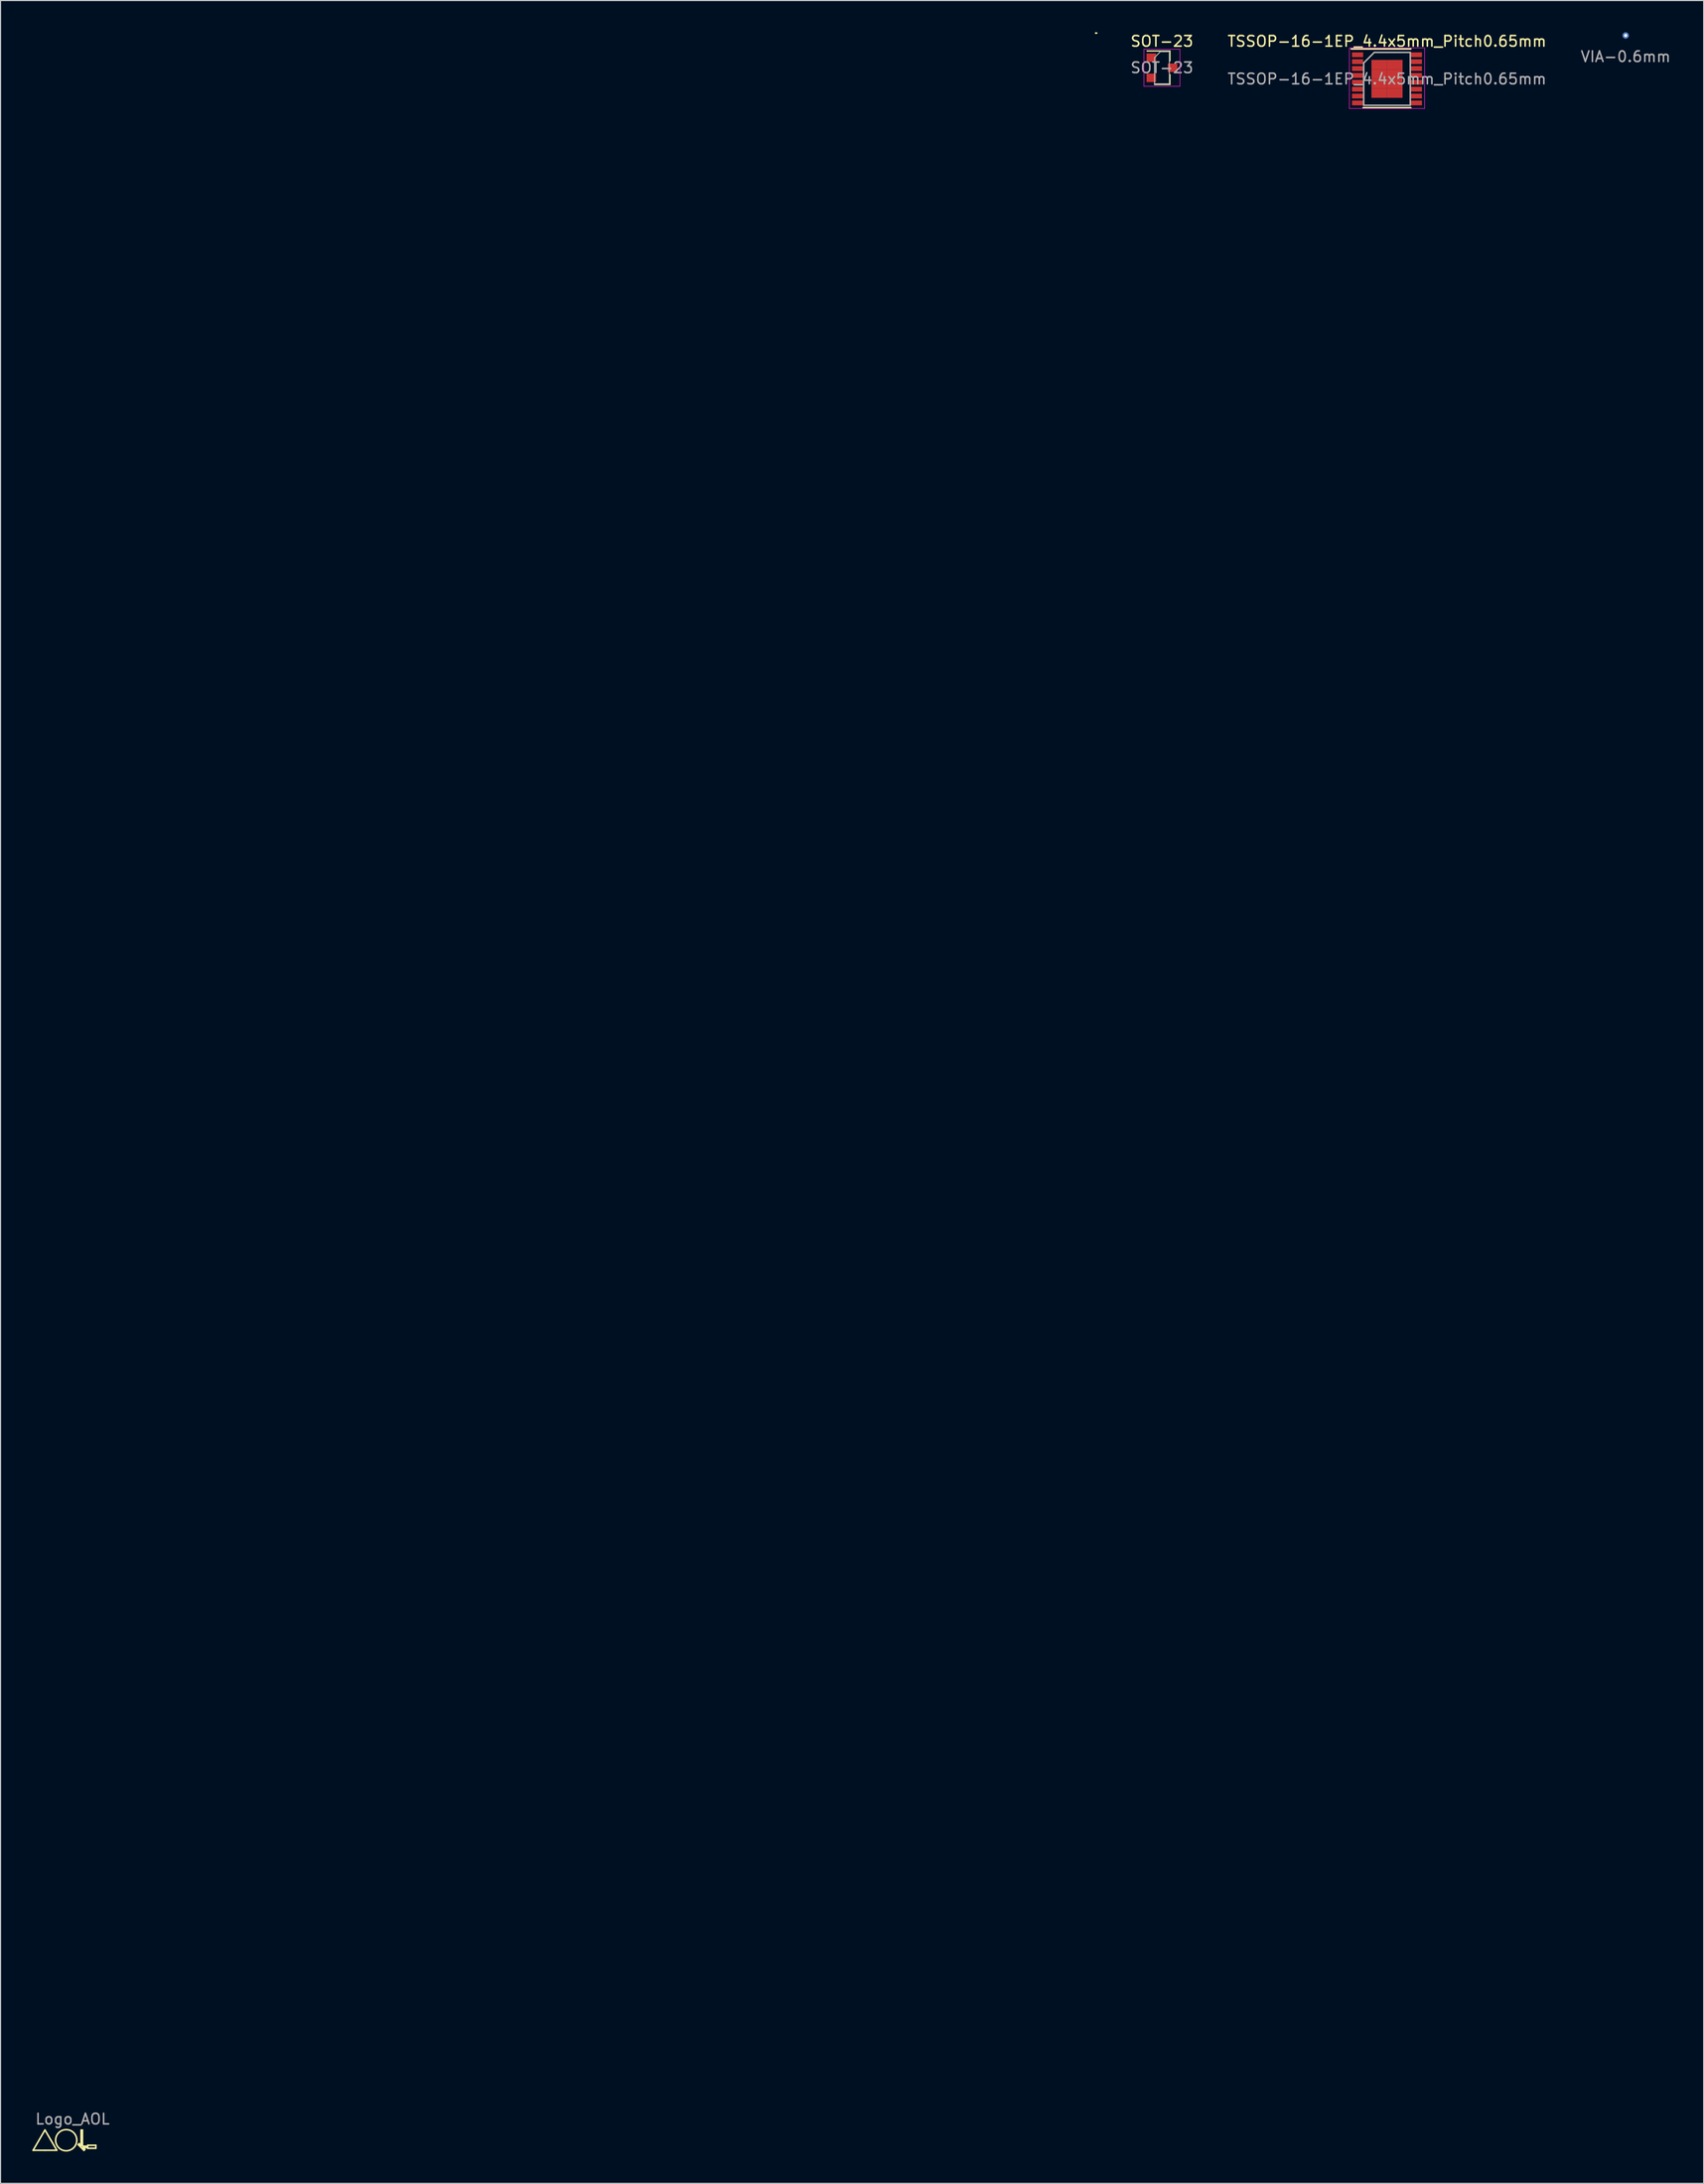
<source format=kicad_pcb>
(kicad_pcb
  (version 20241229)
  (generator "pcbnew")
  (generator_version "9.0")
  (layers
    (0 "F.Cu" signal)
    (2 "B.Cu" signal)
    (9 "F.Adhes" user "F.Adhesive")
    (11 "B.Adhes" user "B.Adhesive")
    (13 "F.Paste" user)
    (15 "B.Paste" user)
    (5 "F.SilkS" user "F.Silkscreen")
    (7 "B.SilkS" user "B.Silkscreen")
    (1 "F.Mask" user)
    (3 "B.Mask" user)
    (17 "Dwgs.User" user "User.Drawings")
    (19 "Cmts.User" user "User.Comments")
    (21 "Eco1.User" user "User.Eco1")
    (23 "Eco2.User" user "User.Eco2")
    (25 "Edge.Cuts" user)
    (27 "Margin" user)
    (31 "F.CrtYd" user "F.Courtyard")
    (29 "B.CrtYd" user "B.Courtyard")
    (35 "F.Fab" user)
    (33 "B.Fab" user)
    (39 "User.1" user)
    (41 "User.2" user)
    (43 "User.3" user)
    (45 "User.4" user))
  (footprint "SOT-23"
    (layer "F.Cu")
    (at 106.653 3.348)
    (property "Reference" "SOT-23" (at 0 -2.5 0) (layer "F.SilkS") (effects (font (size 1 1) (thickness 0.15))))
    (attr smd)
    (fp_line (start 0.76 -1.58) (end -1.4 -1.58) (stroke (width 0.12) (type solid)) (layer "F.SilkS"))
    (fp_line (start 0.76 -1.58) (end 0.76 -0.65) (stroke (width 0.12) (type solid)) (layer "F.SilkS"))
    (fp_line (start 0.76 1.58) (end -0.7 1.58) (stroke (width 0.12) (type solid)) (layer "F.SilkS"))
    (fp_line (start 0.76 1.58) (end 0.76 0.65) (stroke (width 0.12) (type solid)) (layer "F.SilkS"))
    (fp_line (start -1.7 -1.75) (end 1.7 -1.75) (stroke (width 0.05) (type solid)) (layer "F.CrtYd"))
    (fp_line (start -1.7 1.75) (end -1.7 -1.75) (stroke (width 0.05) (type solid)) (layer "F.CrtYd"))
    (fp_line (start 1.7 -1.75) (end 1.7 1.75) (stroke (width 0.05) (type solid)) (layer "F.CrtYd"))
    (fp_line (start 1.7 1.75) (end -1.7 1.75) (stroke (width 0.05) (type solid)) (layer "F.CrtYd"))
    (fp_line (start -0.7 -0.95) (end -0.7 1.5) (stroke (width 0.1) (type solid)) (layer "F.Fab"))
    (fp_line (start -0.7 -0.95) (end -0.15 -1.52) (stroke (width 0.1) (type solid)) (layer "F.Fab"))
    (fp_line (start -0.7 1.52) (end 0.7 1.52) (stroke (width 0.1) (type solid)) (layer "F.Fab"))
    (fp_line (start -0.15 -1.52) (end 0.7 -1.52) (stroke (width 0.1) (type solid)) (layer "F.Fab"))
    (fp_line (start 0.7 -1.52) (end 0.7 1.52) (stroke (width 0.1) (type solid)) (layer "F.Fab"))
    (fp_text user "${REFERENCE}" (at 0 0 0) (layer "F.Fab") (effects (font (size 1 1) (thickness 0.15))))
    (pad "1" smd rect (at -1 -0.95) (size 0.9 0.8) (layers "F.Cu" "F.Mask" "F.Paste"))
    (pad "2" smd rect (at -1 0.95) (size 0.9 0.8) (layers "F.Cu" "F.Mask" "F.Paste"))
    (pad "3" smd rect (at 1 0) (size 0.9 0.8) (layers "F.Cu" "F.Mask" "F.Paste")))
  (footprint "TSSOP-16-1EP_4.4x5mm_Pitch0.65mm"
    (layer "F.Cu")
    (at 127.903 4.398)
    (property "Reference" "TSSOP-16-1EP_4.4x5mm_Pitch0.65mm" (at 0 -3.55 0) (layer "F.SilkS") (effects (font (size 1 1) (thickness 0.15))))
    (attr smd)
    (fp_line (start -3.375 -2.825) (end 2.25 -2.825) (stroke (width 0.15) (type solid)) (layer "F.SilkS"))
    (fp_line (start -2.25 2.725) (end 2.25 2.725) (stroke (width 0.15) (type solid)) (layer "F.SilkS"))
    (fp_line (start -3.55 -2.925) (end -3.55 2.8) (stroke (width 0.05) (type solid)) (layer "F.CrtYd"))
    (fp_line (start -3.55 -2.925) (end 3.55 -2.925) (stroke (width 0.05) (type solid)) (layer "F.CrtYd"))
    (fp_line (start -3.55 2.8) (end 3.55 2.8) (stroke (width 0.05) (type solid)) (layer "F.CrtYd"))
    (fp_line (start 3.55 -2.925) (end 3.55 2.8) (stroke (width 0.05) (type solid)) (layer "F.CrtYd"))
    (fp_line (start -2.2 -1.5) (end -1.2 -2.5) (stroke (width 0.15) (type solid)) (layer "F.Fab"))
    (fp_line (start -2.2 2.5) (end -2.2 -1.5) (stroke (width 0.15) (type solid)) (layer "F.Fab"))
    (fp_line (start -1.2 -2.5) (end 2.2 -2.5) (stroke (width 0.15) (type solid)) (layer "F.Fab"))
    (fp_line (start 2.2 -2.5) (end 2.2 2.5) (stroke (width 0.15) (type solid)) (layer "F.Fab"))
    (fp_line (start 2.2 2.5) (end -2.2 2.5) (stroke (width 0.15) (type solid)) (layer "F.Fab"))
    (fp_text user "${REFERENCE}" (at 0 0.01 0) (layer "F.Fab") (effects (font (size 1 1) (thickness 0.15))))
    (pad "1" smd rect (at -2.775 -2.275) (size 1.05 0.45) (layers "F.Cu" "F.Mask" "F.Paste"))
    (pad "2" smd rect (at -2.775 -1.625) (size 1.05 0.45) (layers "F.Cu" "F.Mask" "F.Paste"))
    (pad "3" smd rect (at -2.775 -0.975) (size 1.05 0.45) (layers "F.Cu" "F.Mask" "F.Paste"))
    (pad "4" smd rect (at -2.775 -0.325) (size 1.05 0.45) (layers "F.Cu" "F.Mask" "F.Paste"))
    (pad "5" smd rect (at -2.775 0.325) (size 1.05 0.45) (layers "F.Cu" "F.Mask" "F.Paste"))
    (pad "6" smd rect (at -2.775 0.975) (size 1.05 0.45) (layers "F.Cu" "F.Mask" "F.Paste"))
    (pad "7" smd rect (at -2.775 1.625) (size 1.05 0.45) (layers "F.Cu" "F.Mask" "F.Paste"))
    (pad "8" smd rect (at -2.775 2.275) (size 1.05 0.45) (layers "F.Cu" "F.Mask" "F.Paste"))
    (pad "9" smd rect (at 2.775 2.275) (size 1.05 0.45) (layers "F.Cu" "F.Mask" "F.Paste"))
    (pad "10" smd rect (at 2.775 1.625) (size 1.05 0.45) (layers "F.Cu" "F.Mask" "F.Paste"))
    (pad "11" smd rect (at 2.775 0.975) (size 1.05 0.45) (layers "F.Cu" "F.Mask" "F.Paste"))
    (pad "12" smd rect (at 2.775 0.325) (size 1.05 0.45) (layers "F.Cu" "F.Mask" "F.Paste"))
    (pad "13" smd rect (at 2.775 -0.325) (size 1.05 0.45) (layers "F.Cu" "F.Mask" "F.Paste"))
    (pad "14" smd rect (at 2.775 -0.975) (size 1.05 0.45) (layers "F.Cu" "F.Mask" "F.Paste"))
    (pad "15" smd rect (at 2.775 -1.625) (size 1.05 0.45) (layers "F.Cu" "F.Mask" "F.Paste"))
    (pad "16" smd rect (at 2.775 -2.275) (size 1.05 0.45) (layers "F.Cu" "F.Mask" "F.Paste"))
    (pad "17" smd rect (at -0.735 -1.343) (size 1.47 0.895) (layers "F.Cu" "F.Mask" "F.Paste"))
    (pad "17" smd rect (at -0.735 -0.448) (size 1.47 0.895) (layers "F.Cu" "F.Mask" "F.Paste"))
    (pad "17" smd rect (at -0.735 0.448) (size 1.47 0.895) (layers "F.Cu" "F.Mask" "F.Paste"))
    (pad "17" smd rect (at -0.735 1.343) (size 1.47 0.895) (layers "F.Cu" "F.Mask" "F.Paste"))
    (pad "17" smd rect (at 0.735 -1.343) (size 1.47 0.895) (layers "F.Cu" "F.Mask" "F.Paste"))
    (pad "17" smd rect (at 0.735 -0.448) (size 1.47 0.895) (layers "F.Cu" "F.Mask" "F.Paste"))
    (pad "17" smd rect (at 0.735 0.448) (size 1.47 0.895) (layers "F.Cu" "F.Mask" "F.Paste"))
    (pad "17" smd rect (at 0.735 1.343) (size 1.47 0.895) (layers "F.Cu" "F.Mask" "F.Paste")))
  (footprint "Logo_AOL"
    (layer "F.Cu")
    (at 3.801 198.975)
    (property "Reference" "Logo_AOL" (at 0 -1.9 0) (layer "F.Fab") (effects (font (size 1 1) (thickness 0.15))))
    (attr smd)
    (fp_line (start -3.726 1.054) (end -3.166 0.093) (stroke (width 0.15) (type solid)) (layer "F.SilkS"))
    (fp_line (start -3.166 0.093) (end -2.607 -0.867) (stroke (width 0.15) (type solid)) (layer "F.SilkS"))
    (fp_line (start -2.607 -0.867) (end -2.046 0.093) (stroke (width 0.15) (type solid)) (layer "F.SilkS"))
    (fp_line (start -2.605 1.053) (end -3.726 1.054) (stroke (width 0.15) (type solid)) (layer "F.SilkS"))
    (fp_line (start -2.046 0.093) (end -1.485 1.052) (stroke (width 0.15) (type solid)) (layer "F.SilkS"))
    (fp_line (start -1.485 1.052) (end -2.605 1.053) (stroke (width 0.15) (type solid)) (layer "F.SilkS"))
    (fp_line (start 0.531 0.515) (end 1.074 1.059) (stroke (width 0.15) (type solid)) (layer "F.SilkS"))
    (fp_line (start 0.622 0.425) (end 0.531 0.515) (stroke (width 0.15) (type solid)) (layer "F.SilkS"))
    (fp_line (start 0.805 -0.86) (end 0.805 0.609) (stroke (width 0.15) (type solid)) (layer "F.SilkS"))
    (fp_line (start 0.805 0.609) (end 0.622 0.425) (stroke (width 0.15) (type solid)) (layer "F.SilkS"))
    (fp_line (start 0.933 -0.86) (end 0.805 -0.86) (stroke (width 0.15) (type solid)) (layer "F.SilkS"))
    (fp_line (start 0.933 0.665) (end 0.933 -0.86) (stroke (width 0.15) (type solid)) (layer "F.SilkS"))
    (fp_line (start 0.989 0.793) (end 1.431 0.793) (stroke (width 0.15) (type solid)) (layer "F.SilkS"))
    (fp_line (start 1.074 1.059) (end 1.164 0.969) (stroke (width 0.15) (type solid)) (layer "F.SilkS"))
    (fp_line (start 1.164 0.969) (end 0.989 0.793) (stroke (width 0.15) (type solid)) (layer "F.SilkS"))
    (fp_line (start 1.431 0.577) (end 1.431 0.665) (stroke (width 0.15) (type solid)) (layer "F.SilkS"))
    (fp_line (start 1.431 0.665) (end 0.933 0.665) (stroke (width 0.15) (type solid)) (layer "F.SilkS"))
    (fp_line (start 1.431 0.793) (end 1.431 0.865) (stroke (width 0.15) (type solid)) (layer "F.SilkS"))
    (fp_line (start 1.431 0.865) (end 2.2 0.865) (stroke (width 0.15) (type solid)) (layer "F.SilkS"))
    (fp_line (start 2.2 0.577) (end 1.431 0.577) (stroke (width 0.15) (type solid)) (layer "F.SilkS"))
    (fp_line (start 2.2 0.865) (end 2.2 0.577) (stroke (width 0.15) (type solid)) (layer "F.SilkS"))
    (fp_line (start 96.6 -198.9) (end 96.6 -198.9) (stroke (width 0.15) (type solid)) (layer "F.SilkS"))
    (fp_line (start 96.6 -198.9) (end 96.6 -198.9) (stroke (width 0.15) (type solid)) (layer "F.SilkS"))
    (fp_line (start 96.7 -198.9) (end 96.7 -198.9) (stroke (width 0.15) (type solid)) (layer "F.SilkS"))
    (fp_circle (center -0.6 0.1) (end 0.4 0.1) (stroke (width 0.15) (type solid)) (fill no) (layer "F.SilkS")))
  (footprint "VIA-0.6mm"
    (layer "F.Cu")
    (at 150.439 0.3)
    (property "Reference" "VIA-0.6mm" (at 0 2 0) (layer "F.Fab") (effects (font (size 1 1) (thickness 0.15))))
    (attr through_hole)
    (pad "1" thru_hole circle (at 0 0) (size 0.6 0.6) (drill 0.3) (layers "*.Cu")))
  (gr_rect
    (start -3 -3)
    (end 157.802 203.15)
    (stroke (width 0.1) (type default))
    (fill no)
    (layer "Edge.Cuts")))
</source>
